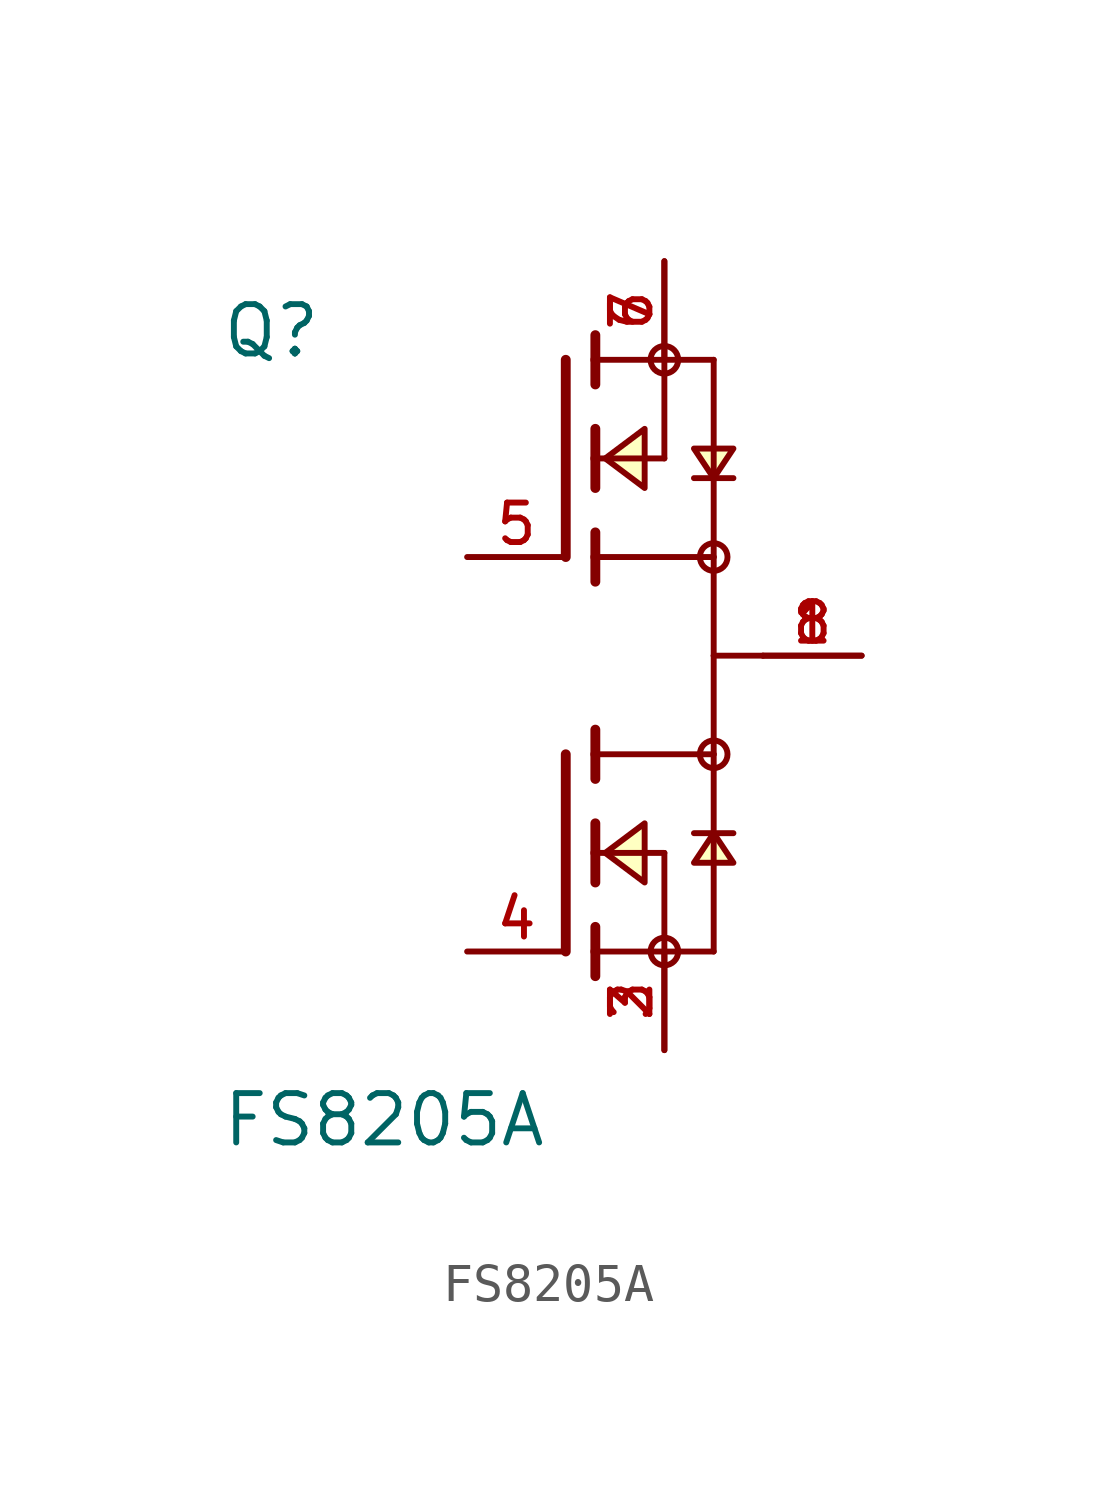
<source format=kicad_sym>
(kicad_symbol_lib
  (version 20211014)
  (generator kicad_symbol_editor)
  (symbol "FS8205A"
    (pin_names
      (offset 1.016) hide)
    (property "Reference" "Q"
      (at -11.43 7.62 0)
      (effects (font (size 1.27 1.27)) (justify left bottom)))
    (property "Value" "FS8205A"
      (at -11.43 -12.7 0)
      (effects (font (size 1.27 1.27)) (justify left bottom)))
    (symbol "FS8205A_0_0"
      (circle (center 0 -7.62) (radius 0.356) (stroke (width 0) (type default) (color 0 0 0 0)) (fill (type none)))
      (polyline (pts (xy -2.54 -2.54) (xy -2.54 -7.62)) (stroke (width 0.254) (type default) (color 0 0 0 0)) (fill (type none)))
      (polyline (pts (xy -2.54 7.62) (xy -2.54 2.54)) (stroke (width 0.254) (type default) (color 0 0 0 0)) (fill (type none)))
      (polyline (pts (xy -1.778 -7.62) (xy -1.778 -8.255)) (stroke (width 0.254) (type default) (color 0 0 0 0)) (fill (type none)))
      (polyline (pts (xy -1.778 -6.985) (xy -1.778 -7.62)) (stroke (width 0.254) (type default) (color 0 0 0 0)) (fill (type none)))
      (polyline (pts (xy -1.778 -5.08) (xy -1.778 -5.842)) (stroke (width 0.254) (type default) (color 0 0 0 0)) (fill (type none)))
      (polyline (pts (xy -1.778 -5.08) (xy 0 -5.08)) (stroke (width 0.152) (type default) (color 0 0 0 0)) (fill (type none)))
      (polyline (pts (xy -1.778 -4.318) (xy -1.778 -5.08)) (stroke (width 0.254) (type default) (color 0 0 0 0)) (fill (type none)))
      (polyline (pts (xy -1.778 -2.54) (xy -1.778 -3.175)) (stroke (width 0.254) (type default) (color 0 0 0 0)) (fill (type none)))
      (polyline (pts (xy -1.778 -2.54) (xy 1.27 -2.54)) (stroke (width 0.152) (type default) (color 0 0 0 0)) (fill (type none)))
      (polyline (pts (xy -1.778 -1.905) (xy -1.778 -2.54)) (stroke (width 0.254) (type default) (color 0 0 0 0)) (fill (type none)))
      (polyline (pts (xy -1.778 2.54) (xy -1.778 1.905)) (stroke (width 0.254) (type default) (color 0 0 0 0)) (fill (type none)))
      (polyline (pts (xy -1.778 3.175) (xy -1.778 2.54)) (stroke (width 0.254) (type default) (color 0 0 0 0)) (fill (type none)))
      (polyline (pts (xy -1.778 5.08) (xy -1.778 4.318)) (stroke (width 0.254) (type default) (color 0 0 0 0)) (fill (type none)))
      (polyline (pts (xy -1.778 5.08) (xy 0 5.08)) (stroke (width 0.152) (type default) (color 0 0 0 0)) (fill (type none)))
      (polyline (pts (xy -1.778 5.842) (xy -1.778 5.08)) (stroke (width 0.254) (type default) (color 0 0 0 0)) (fill (type none)))
      (polyline (pts (xy -1.778 7.62) (xy -1.778 6.985)) (stroke (width 0.254) (type default) (color 0 0 0 0)) (fill (type none)))
      (polyline (pts (xy -1.778 7.62) (xy 1.27 7.62)) (stroke (width 0.152) (type default) (color 0 0 0 0)) (fill (type none)))
      (polyline (pts (xy -1.778 8.255) (xy -1.778 7.62)) (stroke (width 0.254) (type default) (color 0 0 0 0)) (fill (type none)))
      (polyline (pts (xy 0 -7.62) (xy -1.778 -7.62)) (stroke (width 0.152) (type default) (color 0 0 0 0)) (fill (type none)))
      (polyline (pts (xy 0 -7.62) (xy 1.27 -7.62)) (stroke (width 0.152) (type default) (color 0 0 0 0)) (fill (type none)))
      (polyline (pts (xy 0 -5.08) (xy 0 -7.62)) (stroke (width 0.152) (type default) (color 0 0 0 0)) (fill (type none)))
      (polyline (pts (xy 0 7.62) (xy 0 5.08)) (stroke (width 0.152) (type default) (color 0 0 0 0)) (fill (type none)))
      (polyline (pts (xy 0.762 4.572) (xy 1.27 4.572)) (stroke (width 0.152) (type default) (color 0 0 0 0)) (fill (type none)))
      (polyline (pts (xy 1.27 -4.572) (xy 0.762 -4.572)) (stroke (width 0.152) (type default) (color 0 0 0 0)) (fill (type none)))
      (polyline (pts (xy 1.27 -4.572) (xy 1.27 -7.62)) (stroke (width 0.152) (type default) (color 0 0 0 0)) (fill (type none)))
      (polyline (pts (xy 1.27 -2.54) (xy 1.27 -4.572)) (stroke (width 0.152) (type default) (color 0 0 0 0)) (fill (type none)))
      (polyline (pts (xy 1.27 -2.54) (xy 1.27 0)) (stroke (width 0.152) (type default) (color 0 0 0 0)) (fill (type none)))
      (polyline (pts (xy 1.27 0) (xy 1.27 2.54)) (stroke (width 0.152) (type default) (color 0 0 0 0)) (fill (type none)))
      (polyline (pts (xy 1.27 0) (xy 2.54 0)) (stroke (width 0.152) (type default) (color 0 0 0 0)) (fill (type none)))
      (polyline (pts (xy 1.27 2.54) (xy -1.778 2.54)) (stroke (width 0.152) (type default) (color 0 0 0 0)) (fill (type none)))
      (polyline (pts (xy 1.27 2.54) (xy 1.27 4.572)) (stroke (width 0.152) (type default) (color 0 0 0 0)) (fill (type none)))
      (polyline (pts (xy 1.27 4.572) (xy 1.27 7.62)) (stroke (width 0.152) (type default) (color 0 0 0 0)) (fill (type none)))
      (polyline (pts (xy 1.27 4.572) (xy 1.778 4.572)) (stroke (width 0.152) (type default) (color 0 0 0 0)) (fill (type none)))
      (polyline (pts (xy 1.778 -4.572) (xy 1.27 -4.572)) (stroke (width 0.152) (type default) (color 0 0 0 0)) (fill (type none)))
      (polyline (pts (xy -1.524 -5.08) (xy -0.508 -4.318) (xy -0.508 -5.842) (xy -1.524 -5.08)) (stroke (width 0.152) (type default) (color 0 0 0 0)) (fill (type background)))
      (polyline (pts (xy -1.524 5.08) (xy -0.508 5.842) (xy -0.508 4.318) (xy -1.524 5.08)) (stroke (width 0.152) (type default) (color 0 0 0 0)) (fill (type background)))
      (polyline (pts (xy 1.27 -4.572) (xy 0.762 -5.334) (xy 1.778 -5.334) (xy 1.27 -4.572)) (stroke (width 0.152) (type default) (color 0 0 0 0)) (fill (type background)))
      (polyline (pts (xy 1.27 4.572) (xy 1.778 5.334) (xy 0.762 5.334) (xy 1.27 4.572)) (stroke (width 0.152) (type default) (color 0 0 0 0)) (fill (type background)))
      (circle (center 0 7.62) (radius 0.356) (stroke (width 0) (type default) (color 0 0 0 0)) (fill (type none)))
      (circle (center 1.27 -2.54) (radius 0.356) (stroke (width 0) (type default) (color 0 0 0 0)) (fill (type none)))
      (circle (center 1.27 2.54) (radius 0.356) (stroke (width 0) (type default) (color 0 0 0 0)) (fill (type none)))
      (pin passive line (at 5.08 0 180) (length 2.54) (name "~" (effects (font (size 1.016 1.016)))) (number "1" (effects (font (size 1.016 1.016)))))
      (pin passive line (at 0 -10.16 90) (length 2.54) (name "~" (effects (font (size 1.016 1.016)))) (number "2" (effects (font (size 1.016 1.016)))))
      (pin passive line (at 0 -10.16 90) (length 2.54) (name "~" (effects (font (size 1.016 1.016)))) (number "3" (effects (font (size 1.016 1.016)))))
      (pin passive line (at -5.08 -7.62 0) (length 2.54) (name "~" (effects (font (size 1.016 1.016)))) (number "4" (effects (font (size 1.016 1.016)))))
      (pin passive line (at -5.08 2.54 0) (length 2.54) (name "~" (effects (font (size 1.016 1.016)))) (number "5" (effects (font (size 1.016 1.016)))))
      (pin passive line (at 0 10.16 270) (length 2.54) (name "~" (effects (font (size 1.016 1.016)))) (number "6" (effects (font (size 1.016 1.016)))))
      (pin passive line (at 0 10.16 270) (length 2.54) (name "~" (effects (font (size 1.016 1.016)))) (number "7" (effects (font (size 1.016 1.016)))))
      (pin passive line (at 5.08 0 180) (length 2.54) (name "~" (effects (font (size 1.016 1.016)))) (number "8" (effects (font (size 1.016 1.016))))))))
</source>
